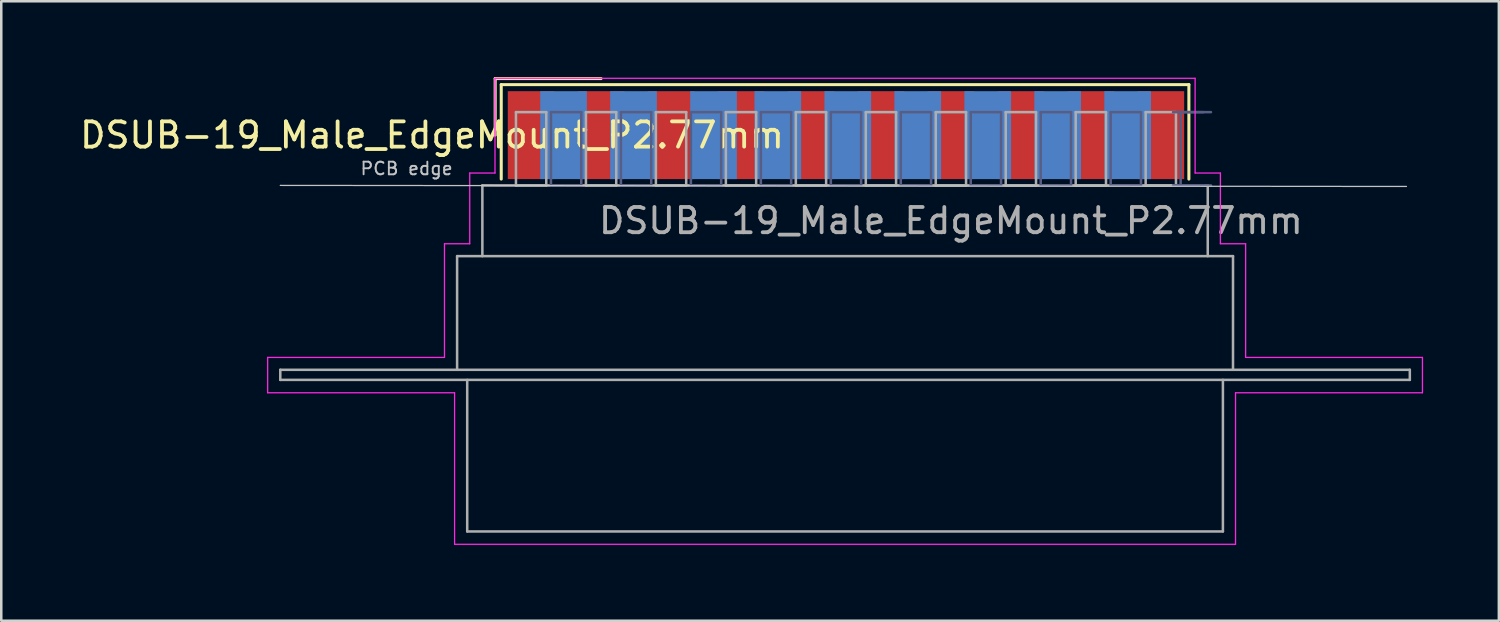
<source format=kicad_pcb>
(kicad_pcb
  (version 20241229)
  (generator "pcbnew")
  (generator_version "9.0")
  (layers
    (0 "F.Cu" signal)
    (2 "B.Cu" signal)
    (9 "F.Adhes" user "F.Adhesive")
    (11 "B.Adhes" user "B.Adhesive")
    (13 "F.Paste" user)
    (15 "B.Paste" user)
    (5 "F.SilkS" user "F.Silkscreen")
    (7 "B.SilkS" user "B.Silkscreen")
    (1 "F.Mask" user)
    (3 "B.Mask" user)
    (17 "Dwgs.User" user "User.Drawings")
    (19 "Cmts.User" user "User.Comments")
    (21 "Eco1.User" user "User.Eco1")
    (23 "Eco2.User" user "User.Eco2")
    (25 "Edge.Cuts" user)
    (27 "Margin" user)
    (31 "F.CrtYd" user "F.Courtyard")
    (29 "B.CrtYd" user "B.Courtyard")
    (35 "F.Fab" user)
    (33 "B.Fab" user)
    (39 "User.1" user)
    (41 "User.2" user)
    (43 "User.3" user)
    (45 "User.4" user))
  (footprint "DSUB-19_Male_EdgeMount_P2.77mm"
    (layer "F.Cu")
    (at 30.533 2.3)
    (property "Reference" "DSUB-19_Male_EdgeMount_P2.77mm" (at -16.479 0 0) (layer "F.SilkS") (effects (font (size 1 1) (thickness 0.15))))
    (attr smd)
    (fp_line (start -13.979 -2.24) (end -9.786 -2.24) (stroke (width 0.12) (type solid)) (layer "F.SilkS"))
    (fp_line (start -13.979 0) (end -13.979 -2.24) (stroke (width 0.12) (type solid)) (layer "F.SilkS"))
    (fp_line (start -13.739 -2) (end -13.739 1.74) (stroke (width 0.12) (type solid)) (layer "F.SilkS"))
    (fp_line (start 13.485 -2) (end -13.739 -2) (stroke (width 0.12) (type solid)) (layer "F.SilkS"))
    (fp_line (start 13.485 1.74) (end 13.485 -2) (stroke (width 0.12) (type solid)) (layer "F.SilkS"))
    (fp_line (start -22.486 1.99) (end 22.098 2.032) (stroke (width 0.05) (type solid)) (layer "Dwgs.User"))
    (fp_line (start -22.986 8.8) (end -15.986 8.8) (stroke (width 0.05) (type solid)) (layer "F.CrtYd"))
    (fp_line (start -22.986 10.2) (end -22.986 8.8) (stroke (width 0.05) (type solid)) (layer "F.CrtYd"))
    (fp_line (start -15.986 4.3) (end -14.986 4.3) (stroke (width 0.05) (type solid)) (layer "F.CrtYd"))
    (fp_line (start -15.986 8.8) (end -15.986 4.3) (stroke (width 0.05) (type solid)) (layer "F.CrtYd"))
    (fp_line (start -15.586 10.2) (end -22.986 10.2) (stroke (width 0.05) (type solid)) (layer "F.CrtYd"))
    (fp_line (start -15.586 16.2) (end -15.586 10.2) (stroke (width 0.05) (type solid)) (layer "F.CrtYd"))
    (fp_line (start -14.986 1.5) (end -13.986 1.5) (stroke (width 0.05) (type solid)) (layer "F.CrtYd"))
    (fp_line (start -14.986 4.3) (end -14.986 1.5) (stroke (width 0.05) (type solid)) (layer "F.CrtYd"))
    (fp_line (start -13.986 -2.25) (end 13.732 -2.25) (stroke (width 0.05) (type solid)) (layer "F.CrtYd"))
    (fp_line (start -13.986 1.5) (end -13.986 -2.25) (stroke (width 0.05) (type solid)) (layer "F.CrtYd"))
    (fp_line (start 13.732 -2.25) (end 13.732 1.5) (stroke (width 0.05) (type solid)) (layer "F.CrtYd"))
    (fp_line (start 13.732 1.5) (end 14.732 1.5) (stroke (width 0.05) (type solid)) (layer "F.CrtYd"))
    (fp_line (start 14.732 1.5) (end 14.732 4.3) (stroke (width 0.05) (type solid)) (layer "F.CrtYd"))
    (fp_line (start 14.732 4.3) (end 15.732 4.3) (stroke (width 0.05) (type solid)) (layer "F.CrtYd"))
    (fp_line (start 15.332 10.2) (end 15.332 16.2) (stroke (width 0.05) (type solid)) (layer "F.CrtYd"))
    (fp_line (start 15.332 16.2) (end -15.586 16.2) (stroke (width 0.05) (type solid)) (layer "F.CrtYd"))
    (fp_line (start 15.732 4.3) (end 15.732 8.8) (stroke (width 0.05) (type solid)) (layer "F.CrtYd"))
    (fp_line (start 15.732 8.8) (end 22.732 8.8) (stroke (width 0.05) (type solid)) (layer "F.CrtYd"))
    (fp_line (start 22.732 8.8) (end 22.732 10.2) (stroke (width 0.05) (type solid)) (layer "F.CrtYd"))
    (fp_line (start 22.732 10.2) (end 15.332 10.2) (stroke (width 0.05) (type solid)) (layer "F.CrtYd"))
    (fp_line (start -11.771 -0.91) (end -11.771 1.99) (stroke (width 0.1) (type solid)) (layer "B.Fab"))
    (fp_line (start -11.771 1.99) (end -10.571 1.99) (stroke (width 0.1) (type solid)) (layer "B.Fab"))
    (fp_line (start -10.571 -0.91) (end -11.771 -0.91) (stroke (width 0.1) (type solid)) (layer "B.Fab"))
    (fp_line (start -10.571 1.99) (end -10.571 -0.91) (stroke (width 0.1) (type solid)) (layer "B.Fab"))
    (fp_line (start -9.001 -0.91) (end -9.001 1.99) (stroke (width 0.1) (type solid)) (layer "B.Fab"))
    (fp_line (start -9.001 1.99) (end -7.801 1.99) (stroke (width 0.1) (type solid)) (layer "B.Fab"))
    (fp_line (start -7.801 -0.91) (end -9.001 -0.91) (stroke (width 0.1) (type solid)) (layer "B.Fab"))
    (fp_line (start -7.801 1.99) (end -7.801 -0.91) (stroke (width 0.1) (type solid)) (layer "B.Fab"))
    (fp_line (start -6.231 -0.91) (end -6.231 1.99) (stroke (width 0.1) (type solid)) (layer "B.Fab"))
    (fp_line (start -6.231 1.99) (end -5.031 1.99) (stroke (width 0.1) (type solid)) (layer "B.Fab"))
    (fp_line (start -5.031 -0.91) (end -6.231 -0.91) (stroke (width 0.1) (type solid)) (layer "B.Fab"))
    (fp_line (start -5.031 1.99) (end -5.031 -0.91) (stroke (width 0.1) (type solid)) (layer "B.Fab"))
    (fp_line (start -3.461 -0.91) (end -3.461 1.99) (stroke (width 0.1) (type solid)) (layer "B.Fab"))
    (fp_line (start -3.461 1.99) (end -2.261 1.99) (stroke (width 0.1) (type solid)) (layer "B.Fab"))
    (fp_line (start -2.261 -0.91) (end -3.461 -0.91) (stroke (width 0.1) (type solid)) (layer "B.Fab"))
    (fp_line (start -2.261 1.99) (end -2.261 -0.91) (stroke (width 0.1) (type solid)) (layer "B.Fab"))
    (fp_line (start -0.691 -0.91) (end -0.691 1.99) (stroke (width 0.1) (type solid)) (layer "B.Fab"))
    (fp_line (start -0.691 1.99) (end 0.509 1.99) (stroke (width 0.1) (type solid)) (layer "B.Fab"))
    (fp_line (start 0.509 -0.91) (end -0.691 -0.91) (stroke (width 0.1) (type solid)) (layer "B.Fab"))
    (fp_line (start 0.509 1.99) (end 0.509 -0.91) (stroke (width 0.1) (type solid)) (layer "B.Fab"))
    (fp_line (start 2.079 -0.91) (end 2.079 1.99) (stroke (width 0.1) (type solid)) (layer "B.Fab"))
    (fp_line (start 2.079 1.99) (end 3.279 1.99) (stroke (width 0.1) (type solid)) (layer "B.Fab"))
    (fp_line (start 3.279 -0.91) (end 2.079 -0.91) (stroke (width 0.1) (type solid)) (layer "B.Fab"))
    (fp_line (start 3.279 1.99) (end 3.279 -0.91) (stroke (width 0.1) (type solid)) (layer "B.Fab"))
    (fp_line (start 4.849 -0.91) (end 4.849 1.99) (stroke (width 0.1) (type solid)) (layer "B.Fab"))
    (fp_line (start 4.849 1.99) (end 6.049 1.99) (stroke (width 0.1) (type solid)) (layer "B.Fab"))
    (fp_line (start 6.049 -0.91) (end 4.849 -0.91) (stroke (width 0.1) (type solid)) (layer "B.Fab"))
    (fp_line (start 6.049 1.99) (end 6.049 -0.91) (stroke (width 0.1) (type solid)) (layer "B.Fab"))
    (fp_line (start 7.619 -0.91) (end 7.619 1.99) (stroke (width 0.1) (type solid)) (layer "B.Fab"))
    (fp_line (start 7.619 1.99) (end 8.819 1.99) (stroke (width 0.1) (type solid)) (layer "B.Fab"))
    (fp_line (start 8.819 -0.91) (end 7.619 -0.91) (stroke (width 0.1) (type solid)) (layer "B.Fab"))
    (fp_line (start 8.819 1.99) (end 8.819 -0.91) (stroke (width 0.1) (type solid)) (layer "B.Fab"))
    (fp_line (start 10.389 -0.91) (end 10.389 1.99) (stroke (width 0.1) (type solid)) (layer "B.Fab"))
    (fp_line (start 10.389 1.99) (end 11.589 1.99) (stroke (width 0.1) (type solid)) (layer "B.Fab"))
    (fp_line (start 11.589 -0.91) (end 10.389 -0.91) (stroke (width 0.1) (type solid)) (layer "B.Fab"))
    (fp_line (start 11.589 1.99) (end 11.589 -0.91) (stroke (width 0.1) (type solid)) (layer "B.Fab"))
    (fp_line (start 12.857 1.99) (end 14.057 1.99) (stroke (width 0.1) (type solid)) (layer "B.Fab"))
    (fp_line (start 13.159 -0.91) (end 13.159 1.99) (stroke (width 0.1) (type solid)) (layer "B.Fab"))
    (fp_line (start 13.159 1.99) (end 14.359 1.99) (stroke (width 0.1) (type solid)) (layer "B.Fab"))
    (fp_line (start 14.057 -0.91) (end 12.857 -0.91) (stroke (width 0.1) (type solid)) (layer "B.Fab"))
    (fp_line (start 14.359 -0.91) (end 13.159 -0.91) (stroke (width 0.1) (type solid)) (layer "B.Fab"))
    (fp_line (start -22.486 9.29) (end -22.486 9.69) (stroke (width 0.1) (type solid)) (layer "F.Fab"))
    (fp_line (start -22.486 9.69) (end 22.232 9.69) (stroke (width 0.1) (type solid)) (layer "F.Fab"))
    (fp_line (start -15.486 4.79) (end -15.486 9.29) (stroke (width 0.1) (type solid)) (layer "F.Fab"))
    (fp_line (start -15.086 9.69) (end -15.086 15.69) (stroke (width 0.1) (type solid)) (layer "F.Fab"))
    (fp_line (start -15.086 15.69) (end 14.832 15.69) (stroke (width 0.1) (type solid)) (layer "F.Fab"))
    (fp_line (start -14.486 1.99) (end -14.486 4.79) (stroke (width 0.1) (type solid)) (layer "F.Fab"))
    (fp_line (start -13.156 -0.91) (end -13.156 1.99) (stroke (width 0.1) (type solid)) (layer "F.Fab"))
    (fp_line (start -13.156 1.99) (end -11.956 1.99) (stroke (width 0.1) (type solid)) (layer "F.Fab"))
    (fp_line (start -11.956 -0.91) (end -13.156 -0.91) (stroke (width 0.1) (type solid)) (layer "F.Fab"))
    (fp_line (start -11.956 1.99) (end -11.956 -0.91) (stroke (width 0.1) (type solid)) (layer "F.Fab"))
    (fp_line (start -10.386 -0.91) (end -10.386 1.99) (stroke (width 0.1) (type solid)) (layer "F.Fab"))
    (fp_line (start -10.386 1.99) (end -9.186 1.99) (stroke (width 0.1) (type solid)) (layer "F.Fab"))
    (fp_line (start -9.186 -0.91) (end -10.386 -0.91) (stroke (width 0.1) (type solid)) (layer "F.Fab"))
    (fp_line (start -9.186 1.99) (end -9.186 -0.91) (stroke (width 0.1) (type solid)) (layer "F.Fab"))
    (fp_line (start -7.616 -0.91) (end -7.616 1.99) (stroke (width 0.1) (type solid)) (layer "F.Fab"))
    (fp_line (start -7.616 1.99) (end -6.416 1.99) (stroke (width 0.1) (type solid)) (layer "F.Fab"))
    (fp_line (start -6.416 -0.91) (end -7.616 -0.91) (stroke (width 0.1) (type solid)) (layer "F.Fab"))
    (fp_line (start -6.416 1.99) (end -6.416 -0.91) (stroke (width 0.1) (type solid)) (layer "F.Fab"))
    (fp_line (start -4.846 -0.91) (end -4.846 1.99) (stroke (width 0.1) (type solid)) (layer "F.Fab"))
    (fp_line (start -4.846 1.99) (end -3.646 1.99) (stroke (width 0.1) (type solid)) (layer "F.Fab"))
    (fp_line (start -3.646 -0.91) (end -4.846 -0.91) (stroke (width 0.1) (type solid)) (layer "F.Fab"))
    (fp_line (start -3.646 1.99) (end -3.646 -0.91) (stroke (width 0.1) (type solid)) (layer "F.Fab"))
    (fp_line (start -2.076 -0.91) (end -2.076 1.99) (stroke (width 0.1) (type solid)) (layer "F.Fab"))
    (fp_line (start -2.076 1.99) (end -0.876 1.99) (stroke (width 0.1) (type solid)) (layer "F.Fab"))
    (fp_line (start -0.876 -0.91) (end -2.076 -0.91) (stroke (width 0.1) (type solid)) (layer "F.Fab"))
    (fp_line (start -0.876 1.99) (end -0.876 -0.91) (stroke (width 0.1) (type solid)) (layer "F.Fab"))
    (fp_line (start 0.694 -0.91) (end 0.694 1.99) (stroke (width 0.1) (type solid)) (layer "F.Fab"))
    (fp_line (start 0.694 1.99) (end 1.894 1.99) (stroke (width 0.1) (type solid)) (layer "F.Fab"))
    (fp_line (start 1.894 -0.91) (end 0.694 -0.91) (stroke (width 0.1) (type solid)) (layer "F.Fab"))
    (fp_line (start 1.894 1.99) (end 1.894 -0.91) (stroke (width 0.1) (type solid)) (layer "F.Fab"))
    (fp_line (start 3.464 -0.91) (end 3.464 1.99) (stroke (width 0.1) (type solid)) (layer "F.Fab"))
    (fp_line (start 3.464 1.99) (end 4.664 1.99) (stroke (width 0.1) (type solid)) (layer "F.Fab"))
    (fp_line (start 4.664 -0.91) (end 3.464 -0.91) (stroke (width 0.1) (type solid)) (layer "F.Fab"))
    (fp_line (start 4.664 1.99) (end 4.664 -0.91) (stroke (width 0.1) (type solid)) (layer "F.Fab"))
    (fp_line (start 6.234 -0.91) (end 6.234 1.99) (stroke (width 0.1) (type solid)) (layer "F.Fab"))
    (fp_line (start 6.234 1.99) (end 7.434 1.99) (stroke (width 0.1) (type solid)) (layer "F.Fab"))
    (fp_line (start 7.434 -0.91) (end 6.234 -0.91) (stroke (width 0.1) (type solid)) (layer "F.Fab"))
    (fp_line (start 7.434 1.99) (end 7.434 -0.91) (stroke (width 0.1) (type solid)) (layer "F.Fab"))
    (fp_line (start 9.004 -0.91) (end 9.004 1.99) (stroke (width 0.1) (type solid)) (layer "F.Fab"))
    (fp_line (start 9.004 1.99) (end 10.204 1.99) (stroke (width 0.1) (type solid)) (layer "F.Fab"))
    (fp_line (start 10.204 -0.91) (end 9.004 -0.91) (stroke (width 0.1) (type solid)) (layer "F.Fab"))
    (fp_line (start 10.204 1.99) (end 10.204 -0.91) (stroke (width 0.1) (type solid)) (layer "F.Fab"))
    (fp_line (start 11.774 -0.91) (end 11.774 1.99) (stroke (width 0.1) (type solid)) (layer "F.Fab"))
    (fp_line (start 11.774 1.99) (end 12.974 1.99) (stroke (width 0.1) (type solid)) (layer "F.Fab"))
    (fp_line (start 12.974 -0.91) (end 11.774 -0.91) (stroke (width 0.1) (type solid)) (layer "F.Fab"))
    (fp_line (start 12.974 1.99) (end 12.974 -0.91) (stroke (width 0.1) (type solid)) (layer "F.Fab"))
    (fp_line (start 14.232 1.99) (end -14.486 1.99) (stroke (width 0.1) (type solid)) (layer "F.Fab"))
    (fp_line (start 14.232 4.79) (end 14.232 1.99) (stroke (width 0.1) (type solid)) (layer "F.Fab"))
    (fp_line (start 14.832 15.69) (end 14.832 9.69) (stroke (width 0.1) (type solid)) (layer "F.Fab"))
    (fp_line (start 15.232 4.79) (end -15.486 4.79) (stroke (width 0.1) (type solid)) (layer "F.Fab"))
    (fp_line (start 15.232 9.29) (end 15.232 4.79) (stroke (width 0.1) (type solid)) (layer "F.Fab"))
    (fp_line (start 22.232 9.29) (end -22.486 9.29) (stroke (width 0.1) (type solid)) (layer "F.Fab"))
    (fp_line (start 22.232 9.69) (end 22.232 9.29) (stroke (width 0.1) (type solid)) (layer "F.Fab"))
    (fp_text user "PCB edge" (at -17.486 1.323 0) (layer "Dwgs.User") (effects (font (size 0.5 0.5) (thickness 0.075))))
    (fp_text user "${REFERENCE}" (at 4.064 3.39 0) (layer "F.Fab") (effects (font (size 1 1) (thickness 0.15))))
    (pad "1" smd rect (at -12.556 0) (size 1.847 3.48) (layers "F.Cu" "F.Mask" "F.Paste"))
    (pad "2" smd rect (at -9.786 0) (size 1.847 3.48) (layers "F.Cu" "F.Mask" "F.Paste"))
    (pad "3" smd rect (at -7.016 0) (size 1.847 3.48) (layers "F.Cu" "F.Mask" "F.Paste"))
    (pad "4" smd rect (at -4.246 0) (size 1.847 3.48) (layers "F.Cu" "F.Mask" "F.Paste"))
    (pad "5" smd rect (at -1.476 0) (size 1.847 3.48) (layers "F.Cu" "F.Mask" "F.Paste"))
    (pad "6" smd rect (at 1.294 0) (size 1.847 3.48) (layers "F.Cu" "F.Mask" "F.Paste"))
    (pad "7" smd rect (at 4.064 0) (size 1.847 3.48) (layers "F.Cu" "F.Mask" "F.Paste"))
    (pad "8" smd rect (at 6.834 0) (size 1.847 3.48) (layers "F.Cu" "F.Mask" "F.Paste"))
    (pad "9" smd rect (at 9.604 0) (size 1.847 3.48) (layers "F.Cu" "F.Mask" "F.Paste"))
    (pad "10" smd rect (at 12.374 0) (size 1.847 3.48) (layers "F.Cu" "F.Mask" "F.Paste"))
    (pad "11" smd rect (at -11.272 0) (size 1.847 3.48) (layers "B.Cu" "B.Mask" "B.Paste"))
    (pad "12" smd rect (at -8.502 0) (size 1.847 3.48) (layers "B.Cu" "B.Mask" "B.Paste"))
    (pad "13" smd rect (at -5.334 0) (size 1.847 3.48) (layers "B.Cu" "B.Mask" "B.Paste"))
    (pad "14" smd rect (at -2.789 0) (size 1.847 3.48) (layers "B.Cu" "B.Mask" "B.Paste"))
    (pad "15" smd rect (at -0.019 0) (size 1.847 3.48) (layers "B.Cu" "B.Mask" "B.Paste"))
    (pad "16" smd rect (at 2.751 0) (size 1.847 3.48) (layers "B.Cu" "B.Mask" "B.Paste"))
    (pad "17" smd rect (at 5.521 0) (size 1.847 3.48) (layers "B.Cu" "B.Mask" "B.Paste"))
    (pad "18" smd rect (at 8.291 0) (size 1.847 3.48) (layers "B.Cu" "B.Mask" "B.Paste"))
    (pad "19" smd rect (at 11.061 0) (size 1.847 3.48) (layers "B.Cu" "B.Mask" "B.Paste")))
  (gr_rect
    (start -3 -3)
    (end 56.29 21.525)
    (stroke (width 0.1) (type default))
    (fill no)
    (layer "Edge.Cuts")))
</source>
